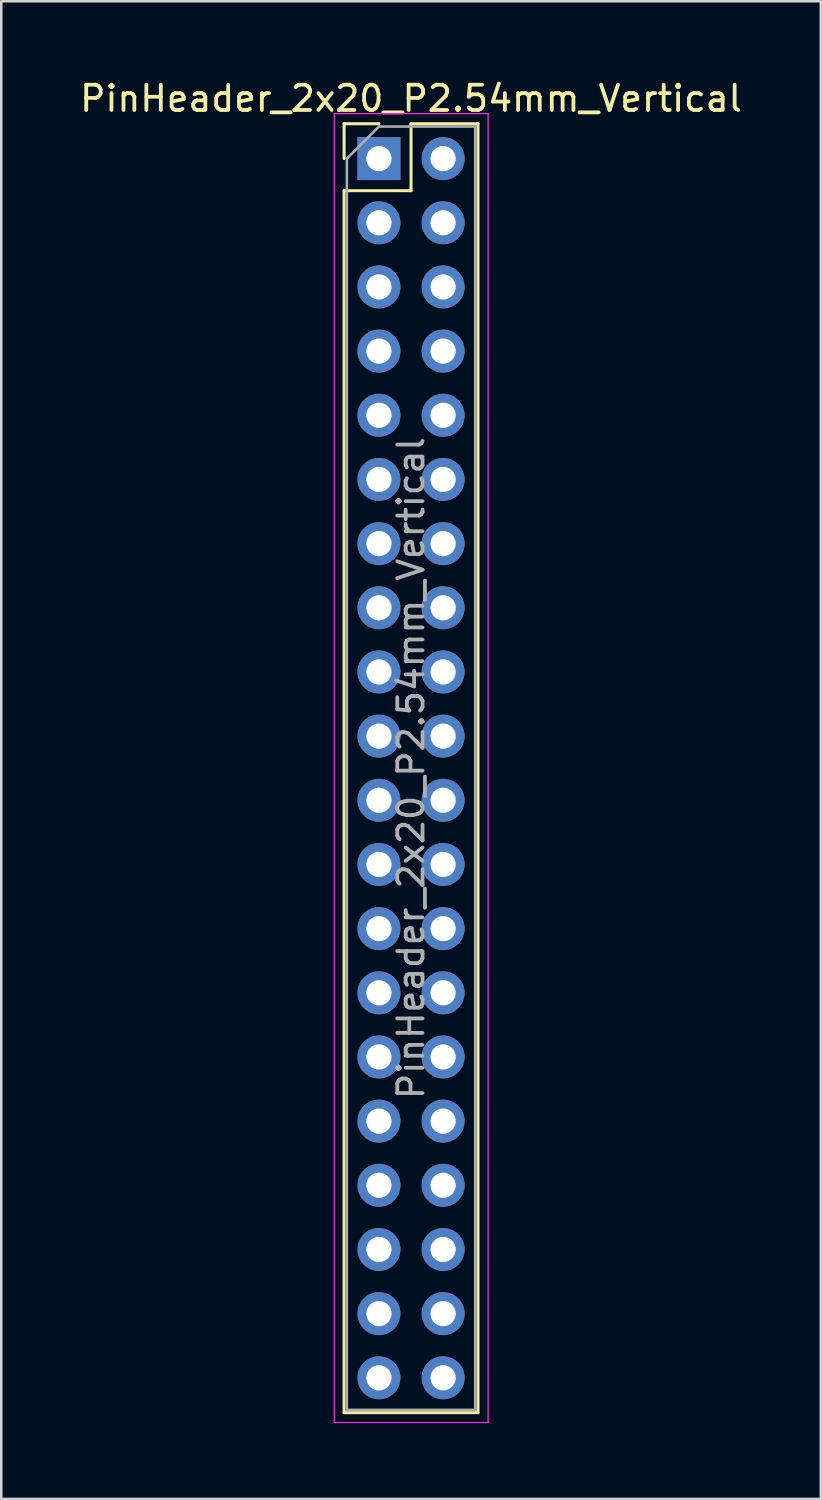
<source format=kicad_pcb>
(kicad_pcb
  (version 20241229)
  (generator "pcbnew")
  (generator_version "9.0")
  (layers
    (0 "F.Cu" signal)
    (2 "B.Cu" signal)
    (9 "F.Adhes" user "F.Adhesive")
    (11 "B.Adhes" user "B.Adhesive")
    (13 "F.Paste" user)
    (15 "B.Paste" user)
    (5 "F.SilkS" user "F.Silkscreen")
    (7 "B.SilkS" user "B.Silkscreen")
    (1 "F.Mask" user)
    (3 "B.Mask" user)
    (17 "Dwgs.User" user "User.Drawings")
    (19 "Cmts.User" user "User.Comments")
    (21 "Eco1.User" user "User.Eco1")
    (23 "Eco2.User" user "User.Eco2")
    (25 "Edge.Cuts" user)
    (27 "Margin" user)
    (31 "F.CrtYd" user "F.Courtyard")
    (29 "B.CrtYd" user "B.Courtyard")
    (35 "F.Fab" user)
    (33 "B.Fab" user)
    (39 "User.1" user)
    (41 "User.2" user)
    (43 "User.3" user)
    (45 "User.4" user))
  (footprint "PinHeader_2x20_P2.54mm_Vertical"
    (layer "F.Cu")
    (at 11.95 3.228)
    (property "Reference" "PinHeader_2x20_P2.54mm_Vertical" (at 1.27 -2.38 0) (layer "F.SilkS") (effects (font (size 1 1) (thickness 0.15))))
    (attr through_hole)
    (fp_line (start -1.38 -1.38) (end 0 -1.38) (stroke (width 0.12) (type solid)) (layer "F.SilkS"))
    (fp_line (start -1.38 0) (end -1.38 -1.38) (stroke (width 0.12) (type solid)) (layer "F.SilkS"))
    (fp_line (start -1.38 1.27) (end -1.38 49.64) (stroke (width 0.12) (type solid)) (layer "F.SilkS"))
    (fp_line (start -1.38 1.27) (end 1.27 1.27) (stroke (width 0.12) (type solid)) (layer "F.SilkS"))
    (fp_line (start -1.38 49.64) (end 3.92 49.64) (stroke (width 0.12) (type solid)) (layer "F.SilkS"))
    (fp_line (start 1.27 -1.38) (end 3.92 -1.38) (stroke (width 0.12) (type solid)) (layer "F.SilkS"))
    (fp_line (start 1.27 1.27) (end 1.27 -1.38) (stroke (width 0.12) (type solid)) (layer "F.SilkS"))
    (fp_line (start 3.92 -1.38) (end 3.92 49.64) (stroke (width 0.12) (type solid)) (layer "F.SilkS"))
    (fp_line (start -1.77 -1.78) (end -1.77 50.03) (stroke (width 0.05) (type solid)) (layer "F.CrtYd"))
    (fp_line (start -1.77 50.03) (end 4.32 50.03) (stroke (width 0.05) (type solid)) (layer "F.CrtYd"))
    (fp_line (start 4.32 -1.78) (end -1.77 -1.78) (stroke (width 0.05) (type solid)) (layer "F.CrtYd"))
    (fp_line (start 4.32 50.03) (end 4.32 -1.78) (stroke (width 0.05) (type solid)) (layer "F.CrtYd"))
    (fp_line (start -1.27 0) (end 0 -1.27) (stroke (width 0.1) (type solid)) (layer "F.Fab"))
    (fp_line (start -1.27 49.53) (end -1.27 0) (stroke (width 0.1) (type solid)) (layer "F.Fab"))
    (fp_line (start 0 -1.27) (end 3.81 -1.27) (stroke (width 0.1) (type solid)) (layer "F.Fab"))
    (fp_line (start 3.81 -1.27) (end 3.81 49.53) (stroke (width 0.1) (type solid)) (layer "F.Fab"))
    (fp_line (start 3.81 49.53) (end -1.27 49.53) (stroke (width 0.1) (type solid)) (layer "F.Fab"))
    (fp_text user "${REFERENCE}" (at 1.27 24.13 90) (layer "F.Fab") (effects (font (size 1 1) (thickness 0.15))))
    (pad "1" thru_hole rect (at 0 0) (size 1.7 1.7) (drill 1) (layers "*.Cu" "*.Mask"))
    (pad "2" thru_hole circle (at 2.54 0) (size 1.7 1.7) (drill 1) (layers "*.Cu" "*.Mask"))
    (pad "3" thru_hole circle (at 0 2.54) (size 1.7 1.7) (drill 1) (layers "*.Cu" "*.Mask"))
    (pad "4" thru_hole circle (at 2.54 2.54) (size 1.7 1.7) (drill 1) (layers "*.Cu" "*.Mask"))
    (pad "5" thru_hole circle (at 0 5.08) (size 1.7 1.7) (drill 1) (layers "*.Cu" "*.Mask"))
    (pad "6" thru_hole circle (at 2.54 5.08) (size 1.7 1.7) (drill 1) (layers "*.Cu" "*.Mask"))
    (pad "7" thru_hole circle (at 0 7.62) (size 1.7 1.7) (drill 1) (layers "*.Cu" "*.Mask"))
    (pad "8" thru_hole circle (at 2.54 7.62) (size 1.7 1.7) (drill 1) (layers "*.Cu" "*.Mask"))
    (pad "9" thru_hole circle (at 0 10.16) (size 1.7 1.7) (drill 1) (layers "*.Cu" "*.Mask"))
    (pad "10" thru_hole circle (at 2.54 10.16) (size 1.7 1.7) (drill 1) (layers "*.Cu" "*.Mask"))
    (pad "11" thru_hole circle (at 0 12.7) (size 1.7 1.7) (drill 1) (layers "*.Cu" "*.Mask"))
    (pad "12" thru_hole circle (at 2.54 12.7) (size 1.7 1.7) (drill 1) (layers "*.Cu" "*.Mask"))
    (pad "13" thru_hole circle (at 0 15.24) (size 1.7 1.7) (drill 1) (layers "*.Cu" "*.Mask"))
    (pad "14" thru_hole circle (at 2.54 15.24) (size 1.7 1.7) (drill 1) (layers "*.Cu" "*.Mask"))
    (pad "15" thru_hole circle (at 0 17.78) (size 1.7 1.7) (drill 1) (layers "*.Cu" "*.Mask"))
    (pad "16" thru_hole circle (at 2.54 17.78) (size 1.7 1.7) (drill 1) (layers "*.Cu" "*.Mask"))
    (pad "17" thru_hole circle (at 0 20.32) (size 1.7 1.7) (drill 1) (layers "*.Cu" "*.Mask"))
    (pad "18" thru_hole circle (at 2.54 20.32) (size 1.7 1.7) (drill 1) (layers "*.Cu" "*.Mask"))
    (pad "19" thru_hole circle (at 0 22.86) (size 1.7 1.7) (drill 1) (layers "*.Cu" "*.Mask"))
    (pad "20" thru_hole circle (at 2.54 22.86) (size 1.7 1.7) (drill 1) (layers "*.Cu" "*.Mask"))
    (pad "21" thru_hole circle (at 0 25.4) (size 1.7 1.7) (drill 1) (layers "*.Cu" "*.Mask"))
    (pad "22" thru_hole circle (at 2.54 25.4) (size 1.7 1.7) (drill 1) (layers "*.Cu" "*.Mask"))
    (pad "23" thru_hole circle (at 0 27.94) (size 1.7 1.7) (drill 1) (layers "*.Cu" "*.Mask"))
    (pad "24" thru_hole circle (at 2.54 27.94) (size 1.7 1.7) (drill 1) (layers "*.Cu" "*.Mask"))
    (pad "25" thru_hole circle (at 0 30.48) (size 1.7 1.7) (drill 1) (layers "*.Cu" "*.Mask"))
    (pad "26" thru_hole circle (at 2.54 30.48) (size 1.7 1.7) (drill 1) (layers "*.Cu" "*.Mask"))
    (pad "27" thru_hole circle (at 0 33.02) (size 1.7 1.7) (drill 1) (layers "*.Cu" "*.Mask"))
    (pad "28" thru_hole circle (at 2.54 33.02) (size 1.7 1.7) (drill 1) (layers "*.Cu" "*.Mask"))
    (pad "29" thru_hole circle (at 0 35.56) (size 1.7 1.7) (drill 1) (layers "*.Cu" "*.Mask"))
    (pad "30" thru_hole circle (at 2.54 35.56) (size 1.7 1.7) (drill 1) (layers "*.Cu" "*.Mask"))
    (pad "31" thru_hole circle (at 0 38.1) (size 1.7 1.7) (drill 1) (layers "*.Cu" "*.Mask"))
    (pad "32" thru_hole circle (at 2.54 38.1) (size 1.7 1.7) (drill 1) (layers "*.Cu" "*.Mask"))
    (pad "33" thru_hole circle (at 0 40.64) (size 1.7 1.7) (drill 1) (layers "*.Cu" "*.Mask"))
    (pad "34" thru_hole circle (at 2.54 40.64) (size 1.7 1.7) (drill 1) (layers "*.Cu" "*.Mask"))
    (pad "35" thru_hole circle (at 0 43.18) (size 1.7 1.7) (drill 1) (layers "*.Cu" "*.Mask"))
    (pad "36" thru_hole circle (at 2.54 43.18) (size 1.7 1.7) (drill 1) (layers "*.Cu" "*.Mask"))
    (pad "37" thru_hole circle (at 0 45.72) (size 1.7 1.7) (drill 1) (layers "*.Cu" "*.Mask"))
    (pad "38" thru_hole circle (at 2.54 45.72) (size 1.7 1.7) (drill 1) (layers "*.Cu" "*.Mask"))
    (pad "39" thru_hole circle (at 0 48.26) (size 1.7 1.7) (drill 1) (layers "*.Cu" "*.Mask"))
    (pad "40" thru_hole circle (at 2.54 48.26) (size 1.7 1.7) (drill 1) (layers "*.Cu" "*.Mask")))
  (gr_rect
    (start -3 -3)
    (end 29.44 56.283)
    (stroke (width 0.1) (type default))
    (fill no)
    (layer "Edge.Cuts")))
</source>
